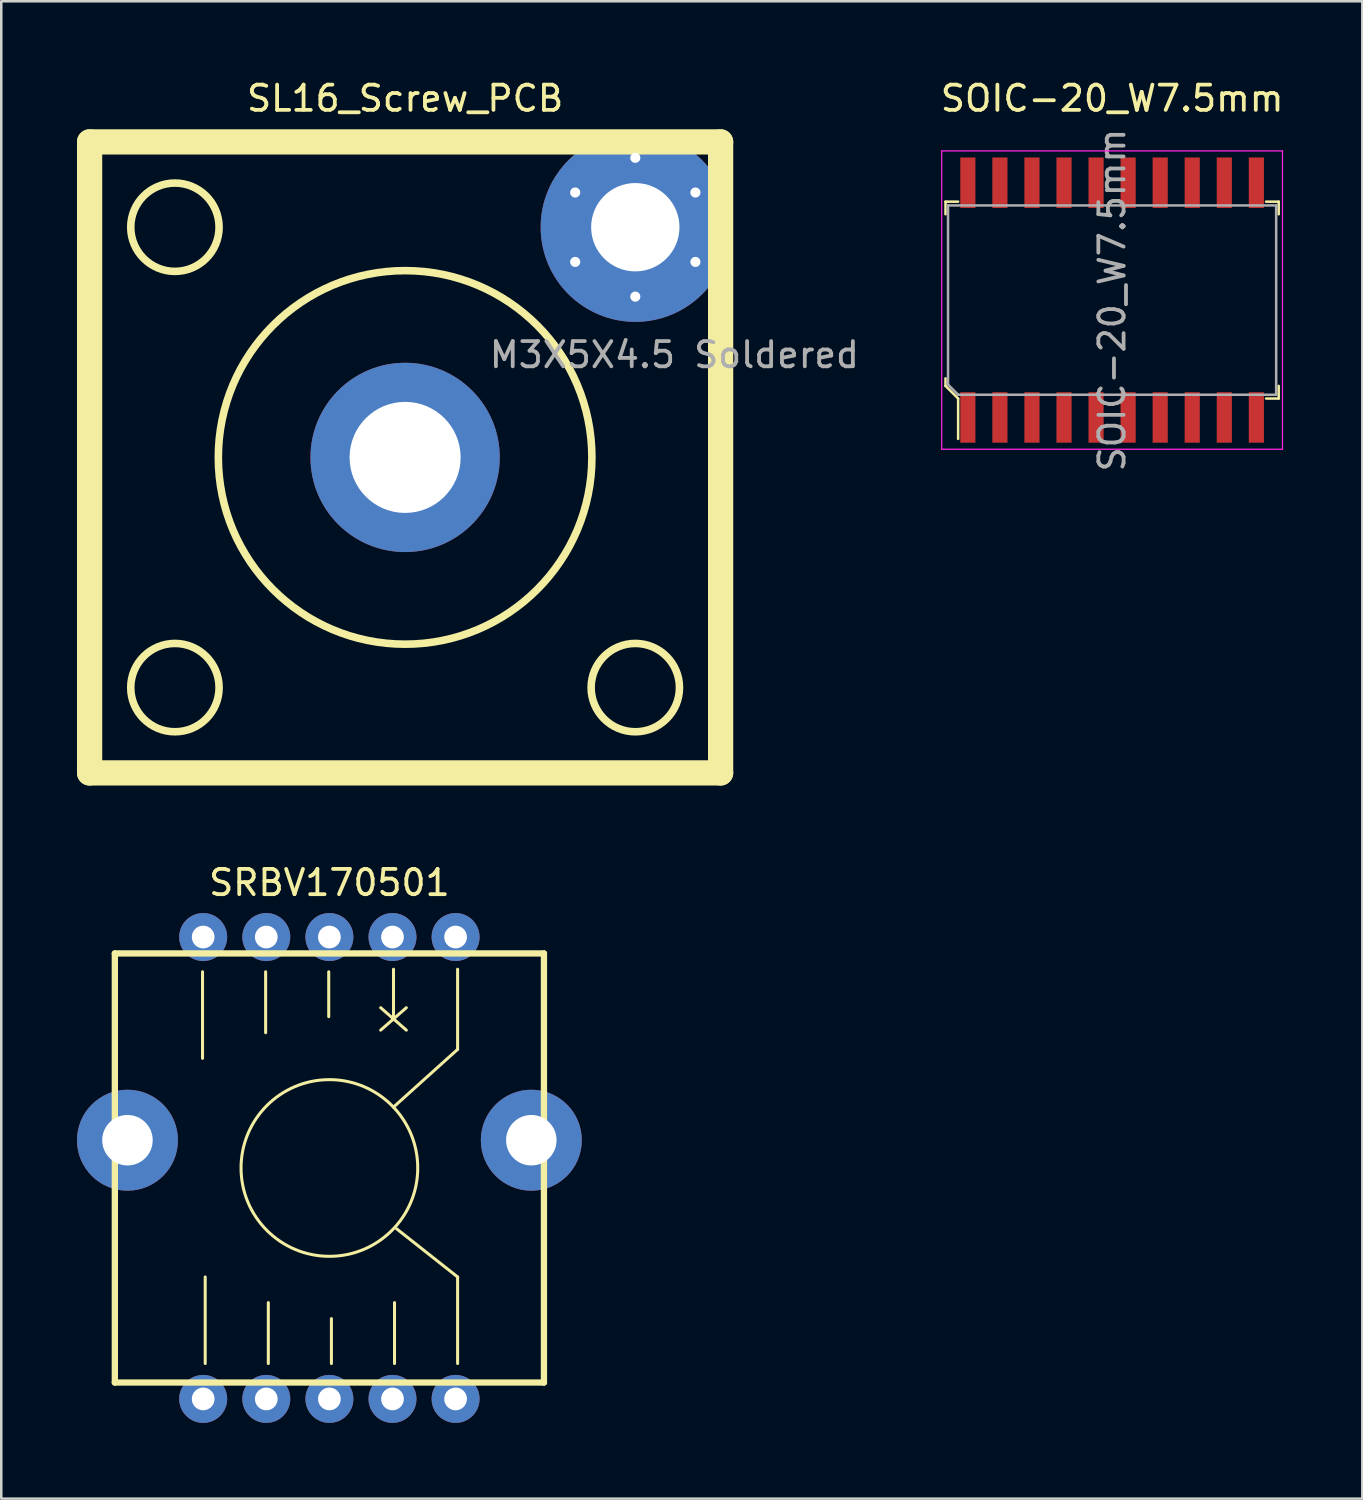
<source format=kicad_pcb>
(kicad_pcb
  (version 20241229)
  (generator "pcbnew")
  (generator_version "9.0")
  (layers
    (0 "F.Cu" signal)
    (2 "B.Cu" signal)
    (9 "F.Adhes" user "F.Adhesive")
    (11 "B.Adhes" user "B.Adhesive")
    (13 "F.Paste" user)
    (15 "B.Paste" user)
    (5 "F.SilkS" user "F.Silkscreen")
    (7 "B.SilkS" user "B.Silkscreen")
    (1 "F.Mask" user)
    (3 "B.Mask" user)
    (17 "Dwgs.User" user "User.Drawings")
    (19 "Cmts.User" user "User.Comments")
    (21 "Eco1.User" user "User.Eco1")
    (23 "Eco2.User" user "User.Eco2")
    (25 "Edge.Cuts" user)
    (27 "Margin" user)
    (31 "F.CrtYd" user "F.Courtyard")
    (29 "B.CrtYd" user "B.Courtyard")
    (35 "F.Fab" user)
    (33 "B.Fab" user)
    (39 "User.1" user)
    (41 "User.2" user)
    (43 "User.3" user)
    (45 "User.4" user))
  (footprint "SOIC-20_W7.5mm"
    (layer "F.Cu")
    (at 41.013 8.878)
    (property "Reference" "SOIC-20_W7.5mm" (at 0 -8.03 0) (layer "F.SilkS") (effects (font (size 1 1) (thickness 0.15))))
    (attr through_hole)
    (fp_line (start -6.603 -3.939) (end -6.603 -3.439) (stroke (width 0.1) (type solid)) (layer "F.SilkS"))
    (fp_line (start -6.603 -3.939) (end -6.103 -3.939) (stroke (width 0.1) (type solid)) (layer "F.SilkS"))
    (fp_line (start -6.603 3.061) (end -6.603 3.361) (stroke (width 0.1) (type solid)) (layer "F.SilkS"))
    (fp_line (start -6.603 3.361) (end -6.103 3.861) (stroke (width 0.1) (type solid)) (layer "F.SilkS"))
    (fp_line (start -6.103 3.861) (end -6.103 5.461) (stroke (width 0.1) (type solid)) (layer "F.SilkS"))
    (fp_line (start 6.597 -3.939) (end 6.097 -3.939) (stroke (width 0.1) (type solid)) (layer "F.SilkS"))
    (fp_line (start 6.597 -3.939) (end 6.597 -3.439) (stroke (width 0.1) (type solid)) (layer "F.SilkS"))
    (fp_line (start 6.597 3.861) (end 6.097 3.861) (stroke (width 0.1) (type solid)) (layer "F.SilkS"))
    (fp_line (start 6.597 3.861) (end 6.597 3.361) (stroke (width 0.1) (type solid)) (layer "F.SilkS"))
    (fp_line (start -6.753 -5.949) (end -6.753 5.871) (stroke (width 0.05) (type solid)) (layer "F.CrtYd"))
    (fp_line (start -6.753 -5.949) (end 6.747 -5.949) (stroke (width 0.05) (type solid)) (layer "F.CrtYd"))
    (fp_line (start -6.753 5.871) (end 6.747 5.871) (stroke (width 0.05) (type solid)) (layer "F.CrtYd"))
    (fp_line (start 6.747 -5.949) (end 6.747 5.871) (stroke (width 0.05) (type solid)) (layer "F.CrtYd"))
    (fp_line (start -6.503 -3.789) (end 6.497 -3.789) (stroke (width 0.1) (type solid)) (layer "F.Fab"))
    (fp_line (start -6.503 3.311) (end -6.503 -3.789) (stroke (width 0.1) (type solid)) (layer "F.Fab"))
    (fp_line (start -6.503 3.311) (end -6.103 3.711) (stroke (width 0.1) (type solid)) (layer "F.Fab"))
    (fp_line (start -6.103 3.711) (end 6.497 3.711) (stroke (width 0.1) (type solid)) (layer "F.Fab"))
    (fp_line (start 6.497 -3.789) (end 6.497 3.711) (stroke (width 0.1) (type solid)) (layer "F.Fab"))
    (fp_text user "${REFERENCE}" (at -0.003 -0.039 90) (layer "F.Fab") (effects (font (size 1 1) (thickness 0.15))))
    (pad "1" smd rect (at -5.718 4.611 90) (size 2 0.6) (layers "F.Cu" "F.Mask" "F.Paste"))
    (pad "2" smd rect (at -4.448 4.611 90) (size 2 0.6) (layers "F.Cu" "F.Mask" "F.Paste"))
    (pad "3" smd rect (at -3.178 4.611 90) (size 2 0.6) (layers "F.Cu" "F.Mask" "F.Paste"))
    (pad "4" smd rect (at -1.908 4.611 90) (size 2 0.6) (layers "F.Cu" "F.Mask" "F.Paste"))
    (pad "5" smd rect (at -0.638 4.611 90) (size 2 0.6) (layers "F.Cu" "F.Mask" "F.Paste"))
    (pad "6" smd rect (at 0.632 4.611 90) (size 2 0.6) (layers "F.Cu" "F.Mask" "F.Paste"))
    (pad "7" smd rect (at 1.902 4.611 90) (size 2 0.6) (layers "F.Cu" "F.Mask" "F.Paste"))
    (pad "8" smd rect (at 3.172 4.611 90) (size 2 0.6) (layers "F.Cu" "F.Mask" "F.Paste"))
    (pad "9" smd rect (at 4.442 4.611 90) (size 2 0.6) (layers "F.Cu" "F.Mask" "F.Paste"))
    (pad "10" smd rect (at 5.712 4.611 90) (size 2 0.6) (layers "F.Cu" "F.Mask" "F.Paste"))
    (pad "11" smd rect (at 5.712 -4.689 90) (size 2 0.6) (layers "F.Cu" "F.Mask" "F.Paste"))
    (pad "12" smd rect (at 4.442 -4.689 90) (size 2 0.6) (layers "F.Cu" "F.Mask" "F.Paste"))
    (pad "13" smd rect (at 3.172 -4.689 90) (size 2 0.6) (layers "F.Cu" "F.Mask" "F.Paste"))
    (pad "14" smd rect (at 1.902 -4.689 90) (size 2 0.6) (layers "F.Cu" "F.Mask" "F.Paste"))
    (pad "15" smd rect (at 0.632 -4.689 90) (size 2 0.6) (layers "F.Cu" "F.Mask" "F.Paste"))
    (pad "16" smd rect (at -0.638 -4.689 90) (size 2 0.6) (layers "F.Cu" "F.Mask" "F.Paste"))
    (pad "17" smd rect (at -1.908 -4.689 90) (size 2 0.6) (layers "F.Cu" "F.Mask" "F.Paste"))
    (pad "18" smd rect (at -3.178 -4.689 90) (size 2 0.6) (layers "F.Cu" "F.Mask" "F.Paste"))
    (pad "19" smd rect (at -4.448 -4.689 90) (size 2 0.6) (layers "F.Cu" "F.Mask" "F.Paste"))
    (pad "20" smd rect (at -5.718 -4.689 90) (size 2 0.6) (layers "F.Cu" "F.Mask" "F.Paste")))
  (footprint "SL16_Screw_PCB"
    (layer "F.Cu")
    (at 13 15.072)
    (property "Reference" "SL16_Screw_PCB" (at 0 -14.224 0) (layer "F.SilkS") (effects (font (size 1 1) (thickness 0.15))))
    (attr through_hole)
    (fp_line (start -12.5 -12.5) (end -12.5 12.5) (stroke (width 1) (type solid)) (layer "F.SilkS"))
    (fp_line (start -12.5 -12.5) (end 12.5 -12.5) (stroke (width 1) (type solid)) (layer "F.SilkS"))
    (fp_line (start -12.5 12.5) (end 12.5 12.5) (stroke (width 1) (type solid)) (layer "F.SilkS"))
    (fp_line (start 12.5 -12.5) (end 12.5 12.5) (stroke (width 1) (type solid)) (layer "F.SilkS"))
    (fp_circle (center -9.12 -9.12) (end -7.37 -9.12) (stroke (width 0.3) (type solid)) (fill no) (layer "F.SilkS"))
    (fp_circle (center -9.12 9.12) (end -7.37 9.12) (stroke (width 0.3) (type solid)) (fill no) (layer "F.SilkS"))
    (fp_circle (center 0 0) (end 7.4 0) (stroke (width 0.3) (type solid)) (fill no) (layer "F.SilkS"))
    (fp_circle (center 9.12 9.12) (end 10.87 9.12) (stroke (width 0.3) (type solid)) (fill no) (layer "F.SilkS"))
    (fp_text user "M3X5X4.5 Soldered" (at 10.668 -4.064 0) (layer "F.Fab") (effects (font (size 1 1) (thickness 0.15))))
    (pad "1" thru_hole circle (at 0 0) (size 7.5 7.5) (drill 4.4) (layers "*.Cu" "*.Mask"))
    (pad "2" thru_hole circle (at 6.738 -10.495 60) (size 0.8 0.8) (drill 0.4) (layers "*.Cu" "*.Mask"))
    (pad "2" thru_hole circle (at 6.738 -7.745 120) (size 0.8 0.8) (drill 0.4) (layers "*.Cu" "*.Mask"))
    (pad "2" thru_hole circle (at 9.12 -11.87) (size 0.8 0.8) (drill 0.4) (layers "*.Cu" "*.Mask"))
    (pad "2" thru_hole circle (at 9.12 -9.12) (size 7.5 7.5) (drill 3.5) (layers "*.Cu" "*.Mask"))
    (pad "2" thru_hole circle (at 9.12 -6.37 180) (size 0.8 0.8) (drill 0.4) (layers "*.Cu" "*.Mask"))
    (pad "2" thru_hole circle (at 11.502 -10.495 300) (size 0.8 0.8) (drill 0.4) (layers "*.Cu" "*.Mask"))
    (pad "2" thru_hole circle (at 11.502 -7.745 240) (size 0.8 0.8) (drill 0.4) (layers "*.Cu" "*.Mask")))
  (footprint "SRBV170501"
    (layer "F.Cu")
    (at 10 43.224)
    (property "Reference" "SRBV170501" (at 0 -11.303 0) (layer "F.SilkS") (effects (font (size 1 1) (thickness 0.15))))
    (attr through_hole)
    (fp_line (start -8.5 -8.5) (end -8.5 8.5) (stroke (width 0.25) (type solid)) (layer "F.SilkS"))
    (fp_line (start -8.5 -8.5) (end 8.5 -8.5) (stroke (width 0.25) (type solid)) (layer "F.SilkS"))
    (fp_line (start -8.5 8.5) (end 8.5 8.5) (stroke (width 0.25) (type solid)) (layer "F.SilkS"))
    (fp_line (start -5.026 -7.773) (end -5.026 -4.344) (stroke (width 0.12) (type solid)) (layer "F.SilkS"))
    (fp_line (start -4.92 7.747) (end -4.92 4.318) (stroke (width 0.12) (type solid)) (layer "F.SilkS"))
    (fp_line (start -2.526 -7.773) (end -2.526 -5.36) (stroke (width 0.12) (type solid)) (layer "F.SilkS"))
    (fp_line (start -2.42 7.747) (end -2.42 5.334) (stroke (width 0.12) (type solid)) (layer "F.SilkS"))
    (fp_line (start -0.026 -7.773) (end -0.026 -5.995) (stroke (width 0.12) (type solid)) (layer "F.SilkS"))
    (fp_line (start 0.08 7.747) (end 0.08 5.969) (stroke (width 0.12) (type solid)) (layer "F.SilkS"))
    (fp_line (start 2.032 -6.35) (end 3.048 -5.461) (stroke (width 0.12) (type solid)) (layer "F.SilkS"))
    (fp_line (start 2.54 -7.874) (end 2.54 -5.969) (stroke (width 0.12) (type solid)) (layer "F.SilkS"))
    (fp_line (start 2.58 7.747) (end 2.58 5.334) (stroke (width 0.12) (type solid)) (layer "F.SilkS"))
    (fp_line (start 3.048 -6.35) (end 2.032 -5.461) (stroke (width 0.12) (type solid)) (layer "F.SilkS"))
    (fp_line (start 5.08 -7.874) (end 5.08 -4.699) (stroke (width 0.12) (type solid)) (layer "F.SilkS"))
    (fp_line (start 5.08 -4.699) (end 2.54 -2.413) (stroke (width 0.12) (type solid)) (layer "F.SilkS"))
    (fp_line (start 5.08 4.318) (end 2.667 2.413) (stroke (width 0.12) (type solid)) (layer "F.SilkS"))
    (fp_line (start 5.08 7.747) (end 5.08 4.318) (stroke (width 0.12) (type solid)) (layer "F.SilkS"))
    (fp_line (start 8.5 8.5) (end 8.5 -8.5) (stroke (width 0.25) (type solid)) (layer "F.SilkS"))
    (fp_circle (center 0 0) (end 3.5 0) (stroke (width 0.12) (type solid)) (fill no) (layer "F.SilkS"))
    (pad "0" thru_hole circle (at -8 -1.1) (size 4 4) (drill 2) (layers "*.Cu" "*.Mask"))
    (pad "0" thru_hole circle (at 8 -1.1) (size 4 4) (drill 2) (layers "*.Cu" "*.Mask"))
    (pad "1" thru_hole circle (at 5 9.15) (size 1.9 1.9) (drill 0.9) (layers "*.Cu" "*.Mask"))
    (pad "2" thru_hole circle (at 2.5 9.15) (size 1.9 1.9) (drill 0.9) (layers "*.Cu" "*.Mask"))
    (pad "3" thru_hole circle (at 0 9.15) (size 1.9 1.9) (drill 0.9) (layers "*.Cu" "*.Mask"))
    (pad "4" thru_hole circle (at -2.5 9.15) (size 1.9 1.9) (drill 0.9) (layers "*.Cu" "*.Mask"))
    (pad "5" thru_hole circle (at -5 9.15) (size 1.9 1.9) (drill 0.9) (layers "*.Cu" "*.Mask"))
    (pad "6" thru_hole circle (at -5 -9.15) (size 1.9 1.9) (drill 0.9) (layers "*.Cu" "*.Mask"))
    (pad "7" thru_hole circle (at -2.5 -9.15) (size 1.9 1.9) (drill 0.9) (layers "*.Cu" "*.Mask"))
    (pad "8" thru_hole circle (at 0 -9.15) (size 1.9 1.9) (drill 0.9) (layers "*.Cu" "*.Mask"))
    (pad "9" thru_hole circle (at 2.5 -9.15) (size 1.9 1.9) (drill 0.9) (layers "*.Cu" "*.Mask"))
    (pad "10" thru_hole circle (at 5 -9.15) (size 1.9 1.9) (drill 0.9) (layers "*.Cu" "*.Mask")))
  (gr_rect
    (start -3 -3)
    (end 50.924 56.324)
    (stroke (width 0.1) (type default))
    (fill no)
    (layer "Edge.Cuts")))
</source>
